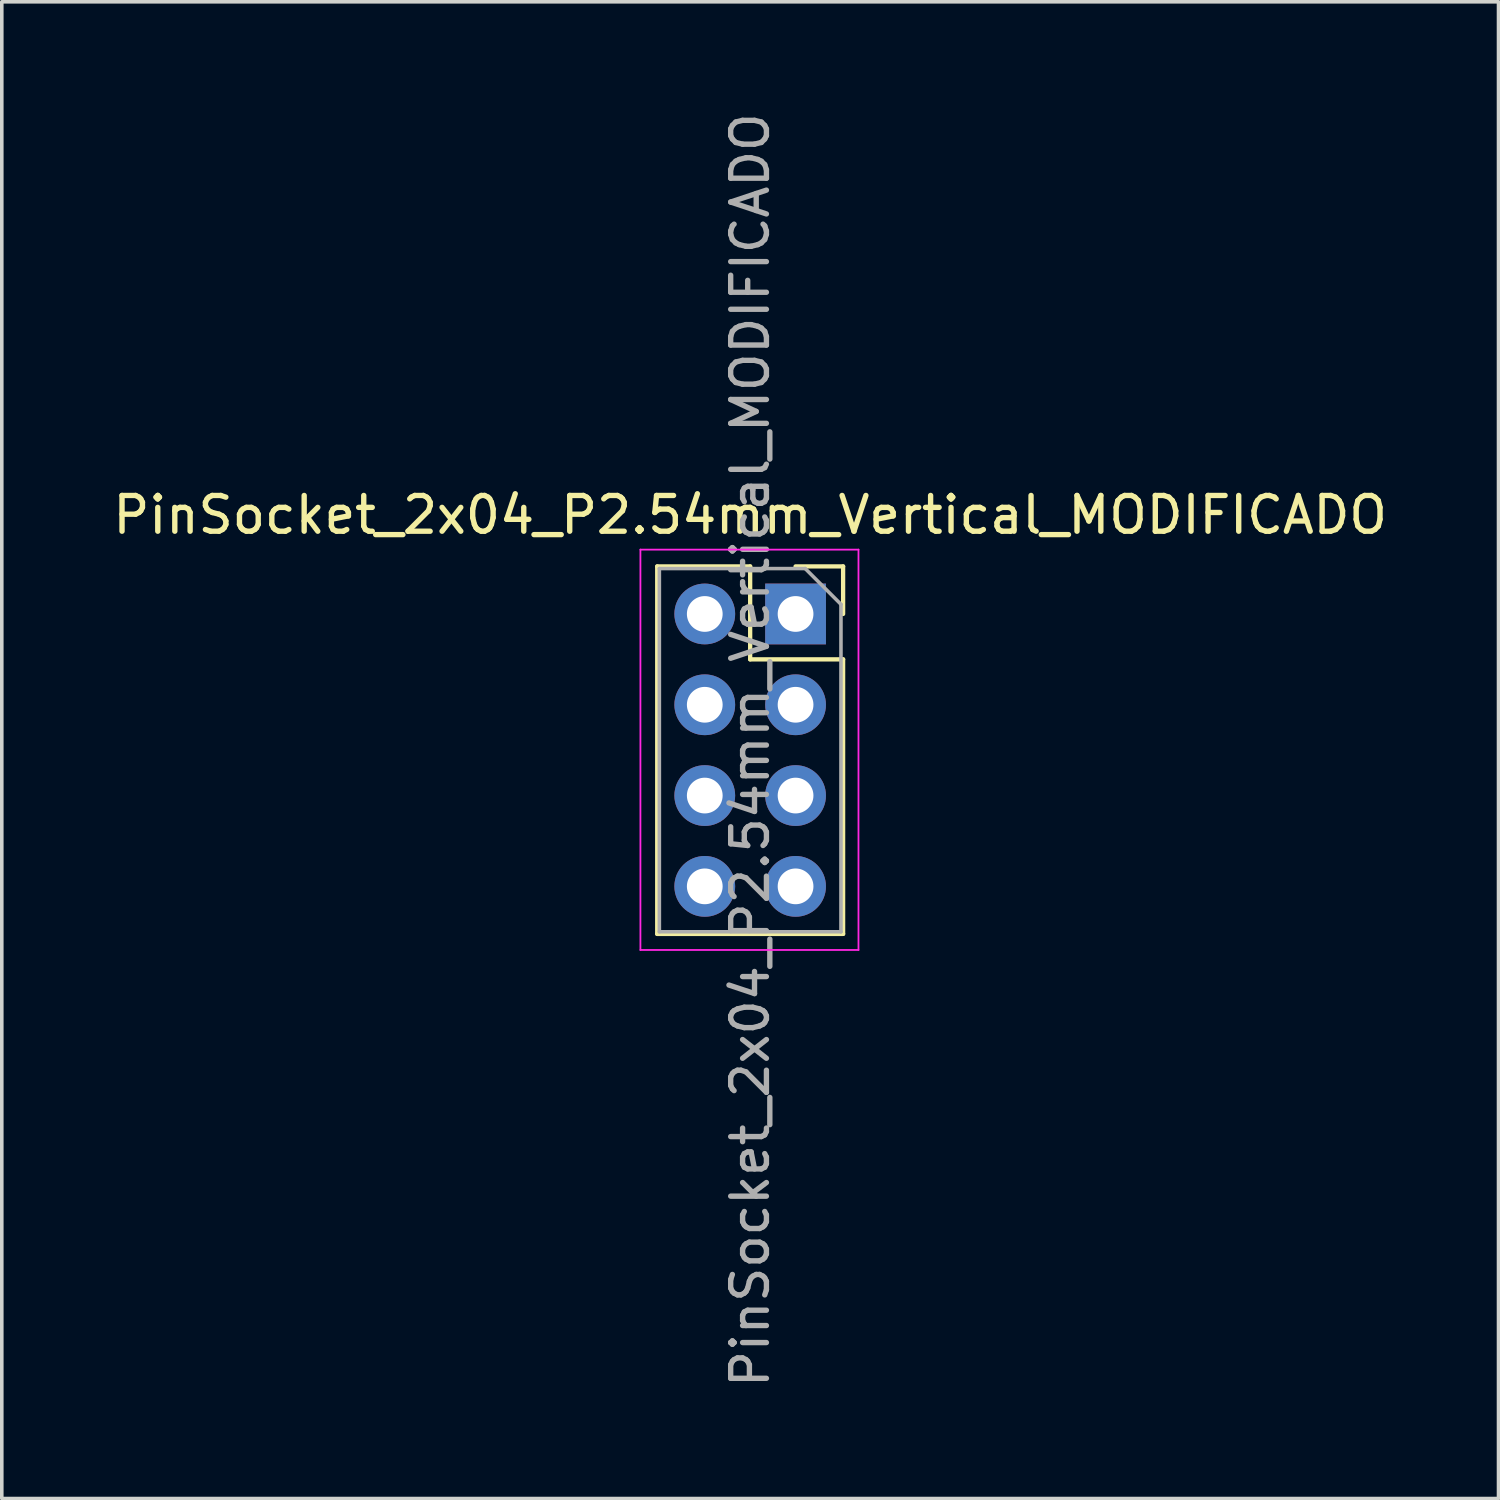
<source format=kicad_pcb>
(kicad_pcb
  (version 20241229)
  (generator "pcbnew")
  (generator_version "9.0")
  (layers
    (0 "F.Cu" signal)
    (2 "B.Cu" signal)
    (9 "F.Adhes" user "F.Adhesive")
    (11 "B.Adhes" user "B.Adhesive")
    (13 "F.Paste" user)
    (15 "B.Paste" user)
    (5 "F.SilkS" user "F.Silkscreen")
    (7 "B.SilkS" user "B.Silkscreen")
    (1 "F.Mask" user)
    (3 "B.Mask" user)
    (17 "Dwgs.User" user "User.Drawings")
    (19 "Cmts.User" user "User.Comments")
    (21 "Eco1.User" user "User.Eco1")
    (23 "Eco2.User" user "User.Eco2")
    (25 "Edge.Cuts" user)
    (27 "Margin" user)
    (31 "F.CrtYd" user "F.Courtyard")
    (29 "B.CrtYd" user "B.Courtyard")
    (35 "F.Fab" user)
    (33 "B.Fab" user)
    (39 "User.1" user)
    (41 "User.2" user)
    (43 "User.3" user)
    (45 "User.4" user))
  (footprint "PinSocket_2x04_P2.54mm_Vertical_MODIFICADO"
    (layer "F.Cu")
    (at 19.205 14.125)
    (property "Reference" "PinSocket_2x04_P2.54mm_Vertical_MODIFICADO" (at -1.27 -2.77 0) (layer "F.SilkS") (effects (font (size 1 1) (thickness 0.15))))
    (attr through_hole)
    (fp_line (start -3.87 -1.33) (end -3.87 8.95) (stroke (width 0.12) (type solid)) (layer "F.SilkS"))
    (fp_line (start -3.87 -1.33) (end -1.27 -1.33) (stroke (width 0.12) (type solid)) (layer "F.SilkS"))
    (fp_line (start -3.87 8.95) (end 1.33 8.95) (stroke (width 0.12) (type solid)) (layer "F.SilkS"))
    (fp_line (start -1.27 -1.33) (end -1.27 1.27) (stroke (width 0.12) (type solid)) (layer "F.SilkS"))
    (fp_line (start -1.27 1.27) (end 1.33 1.27) (stroke (width 0.12) (type solid)) (layer "F.SilkS"))
    (fp_line (start 0 -1.33) (end 1.33 -1.33) (stroke (width 0.12) (type solid)) (layer "F.SilkS"))
    (fp_line (start 1.33 -1.33) (end 1.33 0) (stroke (width 0.12) (type solid)) (layer "F.SilkS"))
    (fp_line (start 1.33 1.27) (end 1.33 8.95) (stroke (width 0.12) (type solid)) (layer "F.SilkS"))
    (fp_line (start -4.34 -1.8) (end 1.76 -1.8) (stroke (width 0.05) (type solid)) (layer "F.CrtYd"))
    (fp_line (start -4.34 9.4) (end -4.34 -1.8) (stroke (width 0.05) (type solid)) (layer "F.CrtYd"))
    (fp_line (start 1.76 -1.8) (end 1.76 9.4) (stroke (width 0.05) (type solid)) (layer "F.CrtYd"))
    (fp_line (start 1.76 9.4) (end -4.34 9.4) (stroke (width 0.05) (type solid)) (layer "F.CrtYd"))
    (fp_line (start -3.81 -1.27) (end 0.27 -1.27) (stroke (width 0.1) (type solid)) (layer "F.Fab"))
    (fp_line (start -3.81 8.89) (end -3.81 -1.27) (stroke (width 0.1) (type solid)) (layer "F.Fab"))
    (fp_line (start 0.27 -1.27) (end 1.27 -0.27) (stroke (width 0.1) (type solid)) (layer "F.Fab"))
    (fp_line (start 1.27 -0.27) (end 1.27 8.89) (stroke (width 0.1) (type solid)) (layer "F.Fab"))
    (fp_line (start 1.27 8.89) (end -3.81 8.89) (stroke (width 0.1) (type solid)) (layer "F.Fab"))
    (fp_text user "${REFERENCE}" (at -1.27 3.81 90) (layer "F.Fab") (effects (font (size 1 1) (thickness 0.15))))
    (pad "1" thru_hole oval (at -2.54 0) (size 1.7 1.7) (drill 1) (layers "*.Cu" "*.Mask"))
    (pad "2" thru_hole oval (at -2.54 2.54) (size 1.7 1.7) (drill 1) (layers "*.Cu" "*.Mask"))
    (pad "3" thru_hole oval (at -2.54 5.08) (size 1.7 1.7) (drill 1) (layers "*.Cu" "*.Mask"))
    (pad "4" thru_hole oval (at -2.54 7.62) (size 1.7 1.7) (drill 1) (layers "*.Cu" "*.Mask"))
    (pad "5" thru_hole oval (at 0 7.62) (size 1.7 1.7) (drill 1) (layers "*.Cu" "*.Mask"))
    (pad "6" thru_hole oval (at 0 5.08) (size 1.7 1.7) (drill 1) (layers "*.Cu" "*.Mask"))
    (pad "7" thru_hole oval (at 0 2.54) (size 1.7 1.7) (drill 1) (layers "*.Cu" "*.Mask"))
    (pad "8" thru_hole rect (at 0 0) (size 1.7 1.7) (drill 1) (layers "*.Cu" "*.Mask")))
  (gr_rect
    (start -3 -3)
    (end 38.869 38.869)
    (stroke (width 0.1) (type default))
    (fill no)
    (layer "Edge.Cuts")))
</source>
